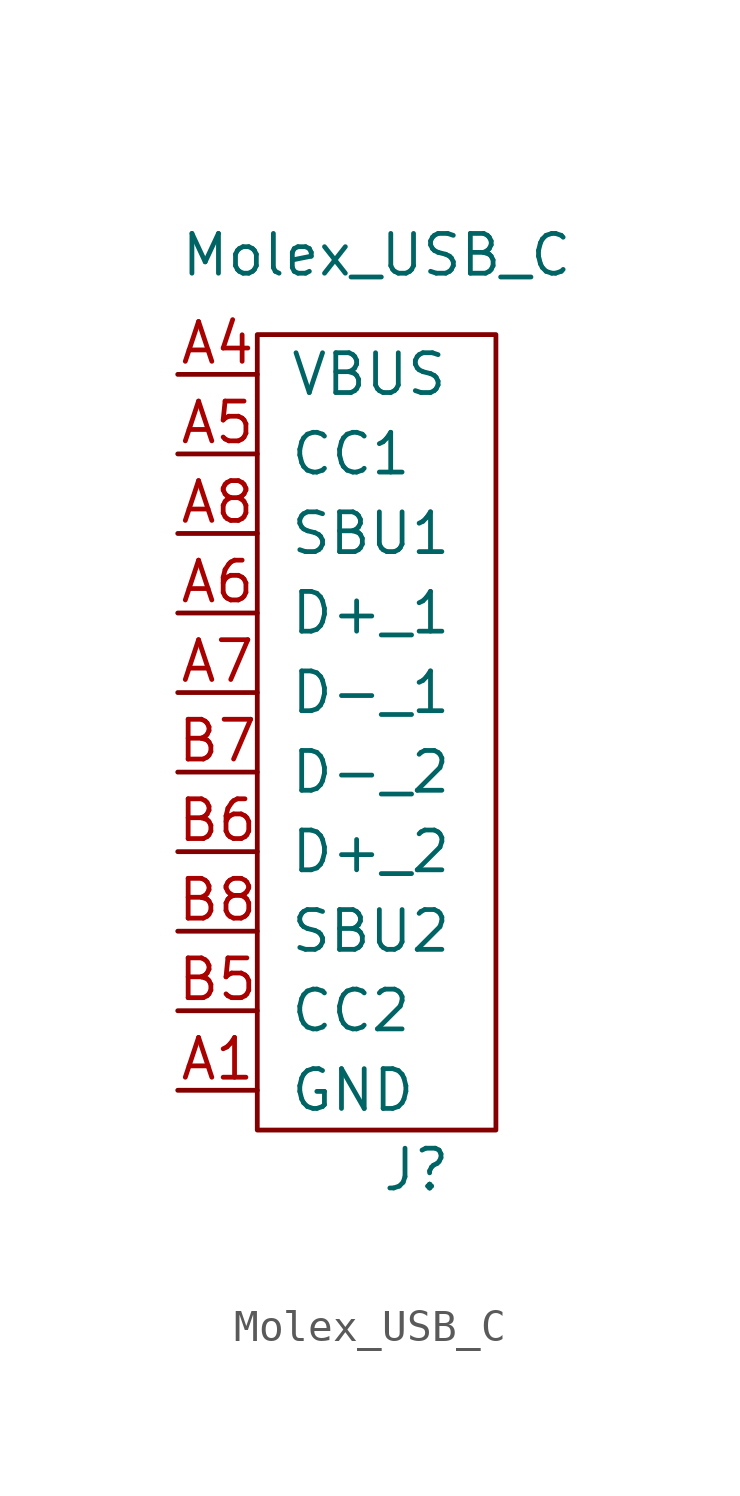
<source format=kicad_sym>
(kicad_symbol_lib
  (version 20211014)
  (generator kicad_symbol_editor)
  (symbol "Molex_USB_C"
    (pin_names
      (offset 1.016))
    (property "Reference" "J"
      (at 7.62 -25.4 0)
      (effects (font (size 1.27 1.27))))
    (property "Value" "Molex_USB_C"
      (at 6.35 3.81 0)
      (effects (font (size 1.27 1.27))))
    (symbol "Molex_USB_C_0_1"
      (rectangle (start 2.54 -24.13) (end 10.16 1.27) (stroke (width 0) (type default) (color 0 0 0 0)) (fill (type none))))
    (symbol "Molex_USB_C_1_1"
      (pin power_out line (at 0 -22.86 0) (length 2.54) (name "GND" (effects (font (size 1.27 1.27)))) (number "A1" (effects (font (size 1.27 1.27)))))
      (pin power_out line (at 0 0 0) (length 2.54) (name "VBUS" (effects (font (size 1.27 1.27)))) (number "A4" (effects (font (size 1.27 1.27)))))
      (pin bidirectional line (at 0 -2.54 0) (length 2.54) (name "CC1" (effects (font (size 1.27 1.27)))) (number "A5" (effects (font (size 1.27 1.27)))))
      (pin bidirectional line (at 0 -7.62 0) (length 2.54) (name "D+_1" (effects (font (size 1.27 1.27)))) (number "A6" (effects (font (size 1.27 1.27)))))
      (pin bidirectional line (at 0 -10.16 0) (length 2.54) (name "D-_1" (effects (font (size 1.27 1.27)))) (number "A7" (effects (font (size 1.27 1.27)))))
      (pin bidirectional line (at 0 -5.08 0) (length 2.54) (name "SBU1" (effects (font (size 1.27 1.27)))) (number "A8" (effects (font (size 1.27 1.27)))))
      (pin bidirectional line (at 0 -20.32 0) (length 2.54) (name "CC2" (effects (font (size 1.27 1.27)))) (number "B5" (effects (font (size 1.27 1.27)))))
      (pin bidirectional line (at 0 -15.24 0) (length 2.54) (name "D+_2" (effects (font (size 1.27 1.27)))) (number "B6" (effects (font (size 1.27 1.27)))))
      (pin bidirectional line (at 0 -12.7 0) (length 2.54) (name "D-_2" (effects (font (size 1.27 1.27)))) (number "B7" (effects (font (size 1.27 1.27)))))
      (pin bidirectional line (at 0 -17.78 0) (length 2.54) (name "SBU2" (effects (font (size 1.27 1.27)))) (number "B8" (effects (font (size 1.27 1.27))))))))
</source>
